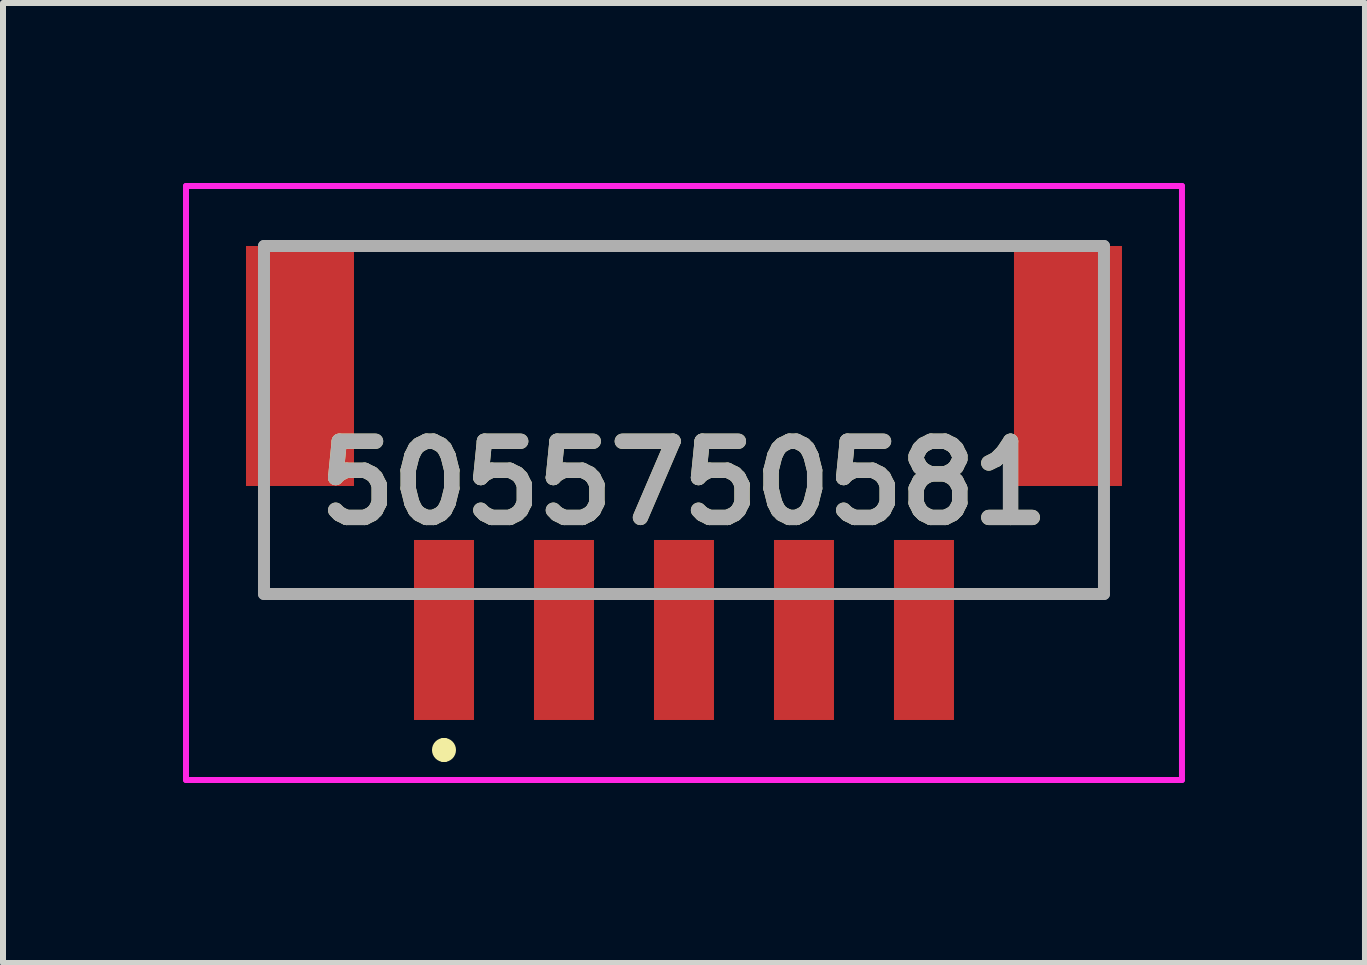
<source format=kicad_pcb>
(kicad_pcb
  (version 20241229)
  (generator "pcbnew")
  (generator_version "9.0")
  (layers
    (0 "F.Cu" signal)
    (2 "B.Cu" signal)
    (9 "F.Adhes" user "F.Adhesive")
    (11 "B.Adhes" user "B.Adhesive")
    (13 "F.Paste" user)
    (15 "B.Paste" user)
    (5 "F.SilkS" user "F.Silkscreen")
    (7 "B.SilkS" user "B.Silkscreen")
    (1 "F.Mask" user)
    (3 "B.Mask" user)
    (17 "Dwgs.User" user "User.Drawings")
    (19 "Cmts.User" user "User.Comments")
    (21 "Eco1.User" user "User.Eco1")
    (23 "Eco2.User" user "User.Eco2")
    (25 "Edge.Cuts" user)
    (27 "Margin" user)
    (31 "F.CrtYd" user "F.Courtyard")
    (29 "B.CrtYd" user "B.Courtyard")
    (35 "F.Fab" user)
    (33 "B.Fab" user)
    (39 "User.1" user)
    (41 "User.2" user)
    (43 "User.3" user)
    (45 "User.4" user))
  (footprint "5055750581"
    (layer "F.Cu")
    (at 8.35 4.25)
    (property "Reference" "5055750581" (at 0 0.75 0) (layer "F.SilkS") (effects (font (size 1.27 1.27) (thickness 0.254))))
    (attr smd)
    (fp_line (start -7 1.8) (end -7 2.6) (stroke (width 0.1) (type solid)) (layer "F.SilkS"))
    (fp_line (start -7 2.6) (end -5.5 2.6) (stroke (width 0.1) (type solid)) (layer "F.SilkS"))
    (fp_line (start -5 -3.2) (end 5 -3.2) (stroke (width 0.1) (type solid)) (layer "F.SilkS"))
    (fp_line (start -4 5.1) (end -4 5.1) (stroke (width 0.2) (type solid)) (layer "F.SilkS"))
    (fp_line (start -4 5.3) (end -4 5.3) (stroke (width 0.2) (type solid)) (layer "F.SilkS"))
    (fp_line (start 5.5 2.6) (end 7 2.6) (stroke (width 0.1) (type solid)) (layer "F.SilkS"))
    (fp_line (start 7 2.6) (end 7 1.8) (stroke (width 0.1) (type solid)) (layer "F.SilkS"))
    (fp_arc (start -4 5.1) (mid -3.9 5.2) (end -4 5.3) (stroke (width 0.2) (type solid)) (layer "F.SilkS"))
    (fp_arc (start -4 5.3) (mid -4.1 5.2) (end -4 5.1) (stroke (width 0.2) (type solid)) (layer "F.SilkS"))
    (fp_line (start -8.3 -4.2) (end 8.3 -4.2) (stroke (width 0.1) (type solid)) (layer "F.CrtYd"))
    (fp_line (start -8.3 5.7) (end -8.3 -4.2) (stroke (width 0.1) (type solid)) (layer "F.CrtYd"))
    (fp_line (start 8.3 -4.2) (end 8.3 5.7) (stroke (width 0.1) (type solid)) (layer "F.CrtYd"))
    (fp_line (start 8.3 5.7) (end -8.3 5.7) (stroke (width 0.1) (type solid)) (layer "F.CrtYd"))
    (fp_line (start -7 -3.2) (end 7 -3.2) (stroke (width 0.2) (type solid)) (layer "F.Fab"))
    (fp_line (start -7 2.6) (end -7 -3.2) (stroke (width 0.2) (type solid)) (layer "F.Fab"))
    (fp_line (start 7 -3.2) (end 7 2.6) (stroke (width 0.2) (type solid)) (layer "F.Fab"))
    (fp_line (start 7 2.6) (end -7 2.6) (stroke (width 0.2) (type solid)) (layer "F.Fab"))
    (fp_text user "${REFERENCE}" (at 0 0.75 0) (layer "F.Fab") (effects (font (size 1.27 1.27) (thickness 0.254))))
    (pad "1" smd rect (at -4 3.2) (size 1 3) (layers "F.Cu" "F.Mask" "F.Paste"))
    (pad "2" smd rect (at -2 3.2) (size 1 3) (layers "F.Cu" "F.Mask" "F.Paste"))
    (pad "3" smd rect (at 0 3.2) (size 1 3) (layers "F.Cu" "F.Mask" "F.Paste"))
    (pad "4" smd rect (at 2 3.2) (size 1 3) (layers "F.Cu" "F.Mask" "F.Paste"))
    (pad "5" smd rect (at 4 3.2) (size 1 3) (layers "F.Cu" "F.Mask" "F.Paste"))
    (pad "MP1" smd rect (at -6.4 -1.2) (size 1.8 4) (layers "F.Cu" "F.Mask" "F.Paste"))
    (pad "MP2" smd rect (at 6.4 -1.2) (size 1.8 4) (layers "F.Cu" "F.Mask" "F.Paste")))
  (gr_rect
    (start -3 -3)
    (end 19.7 13)
    (stroke (width 0.1) (type default))
    (fill no)
    (layer "Edge.Cuts")))
</source>
